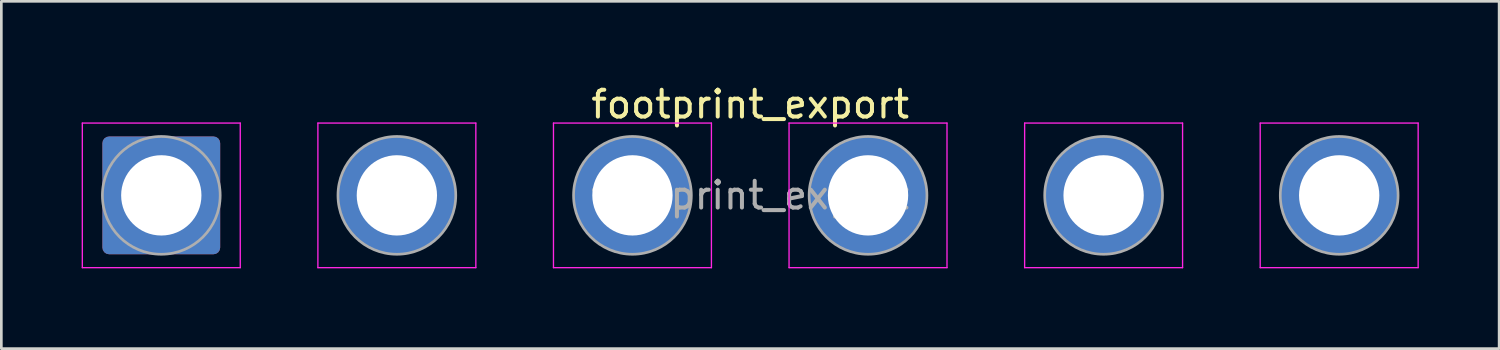
<source format=kicad_pcb>
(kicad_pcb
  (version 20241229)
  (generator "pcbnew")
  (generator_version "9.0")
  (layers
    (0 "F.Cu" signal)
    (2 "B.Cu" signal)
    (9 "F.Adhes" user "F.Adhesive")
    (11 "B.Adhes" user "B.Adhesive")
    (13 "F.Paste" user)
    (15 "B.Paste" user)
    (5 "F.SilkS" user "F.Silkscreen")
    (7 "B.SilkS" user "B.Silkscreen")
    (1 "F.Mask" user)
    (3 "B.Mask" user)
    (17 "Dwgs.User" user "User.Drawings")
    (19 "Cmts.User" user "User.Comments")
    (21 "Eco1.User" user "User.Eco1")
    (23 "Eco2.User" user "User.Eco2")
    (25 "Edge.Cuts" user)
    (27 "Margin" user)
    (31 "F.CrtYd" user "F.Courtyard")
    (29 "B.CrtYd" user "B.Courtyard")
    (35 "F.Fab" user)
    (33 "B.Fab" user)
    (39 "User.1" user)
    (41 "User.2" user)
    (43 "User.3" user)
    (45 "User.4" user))
  (footprint "footprint_export"
    (layer "F.Cu")
    (at 2.975 4.248)
    (property "Reference" "footprint_export" (at 22 -3.4 0) (layer "F.SilkS") (effects (font (size 1 1) (thickness 0.15))))
    (attr exclude_from_pos_files exclude_from_bom)
    (fp_line (start -2.95 -2.7) (end -2.95 2.7) (stroke (width 0.05) (type solid)) (layer "F.CrtYd"))
    (fp_line (start -2.95 2.7) (end 2.95 2.7) (stroke (width 0.05) (type solid)) (layer "F.CrtYd"))
    (fp_line (start 2.95 -2.7) (end -2.95 -2.7) (stroke (width 0.05) (type solid)) (layer "F.CrtYd"))
    (fp_line (start 2.95 2.7) (end 2.95 -2.7) (stroke (width 0.05) (type solid)) (layer "F.CrtYd"))
    (fp_line (start 5.85 -2.7) (end 5.85 2.7) (stroke (width 0.05) (type solid)) (layer "F.CrtYd"))
    (fp_line (start 5.85 2.7) (end 11.75 2.7) (stroke (width 0.05) (type solid)) (layer "F.CrtYd"))
    (fp_line (start 11.75 -2.7) (end 5.85 -2.7) (stroke (width 0.05) (type solid)) (layer "F.CrtYd"))
    (fp_line (start 11.75 2.7) (end 11.75 -2.7) (stroke (width 0.05) (type solid)) (layer "F.CrtYd"))
    (fp_line (start 14.65 -2.7) (end 14.65 2.7) (stroke (width 0.05) (type solid)) (layer "F.CrtYd"))
    (fp_line (start 14.65 2.7) (end 20.55 2.7) (stroke (width 0.05) (type solid)) (layer "F.CrtYd"))
    (fp_line (start 20.55 -2.7) (end 14.65 -2.7) (stroke (width 0.05) (type solid)) (layer "F.CrtYd"))
    (fp_line (start 20.55 2.7) (end 20.55 -2.7) (stroke (width 0.05) (type solid)) (layer "F.CrtYd"))
    (fp_line (start 23.45 -2.7) (end 23.45 2.7) (stroke (width 0.05) (type solid)) (layer "F.CrtYd"))
    (fp_line (start 23.45 2.7) (end 29.35 2.7) (stroke (width 0.05) (type solid)) (layer "F.CrtYd"))
    (fp_line (start 29.35 -2.7) (end 23.45 -2.7) (stroke (width 0.05) (type solid)) (layer "F.CrtYd"))
    (fp_line (start 29.35 2.7) (end 29.35 -2.7) (stroke (width 0.05) (type solid)) (layer "F.CrtYd"))
    (fp_line (start 32.25 -2.7) (end 32.25 2.7) (stroke (width 0.05) (type solid)) (layer "F.CrtYd"))
    (fp_line (start 32.25 2.7) (end 38.15 2.7) (stroke (width 0.05) (type solid)) (layer "F.CrtYd"))
    (fp_line (start 38.15 -2.7) (end 32.25 -2.7) (stroke (width 0.05) (type solid)) (layer "F.CrtYd"))
    (fp_line (start 38.15 2.7) (end 38.15 -2.7) (stroke (width 0.05) (type solid)) (layer "F.CrtYd"))
    (fp_line (start 41.05 -2.7) (end 41.05 2.7) (stroke (width 0.05) (type solid)) (layer "F.CrtYd"))
    (fp_line (start 41.05 2.7) (end 46.95 2.7) (stroke (width 0.05) (type solid)) (layer "F.CrtYd"))
    (fp_line (start 46.95 -2.7) (end 41.05 -2.7) (stroke (width 0.05) (type solid)) (layer "F.CrtYd"))
    (fp_line (start 46.95 2.7) (end 46.95 -2.7) (stroke (width 0.05) (type solid)) (layer "F.CrtYd"))
    (fp_circle (center 0 0) (end 2.2 0) (stroke (width 0.1) (type solid)) (fill no) (layer "F.Fab"))
    (fp_circle (center 8.8 0) (end 11 0) (stroke (width 0.1) (type solid)) (fill no) (layer "F.Fab"))
    (fp_circle (center 17.6 0) (end 19.8 0) (stroke (width 0.1) (type solid)) (fill no) (layer "F.Fab"))
    (fp_circle (center 26.4 0) (end 28.6 0) (stroke (width 0.1) (type solid)) (fill no) (layer "F.Fab"))
    (fp_circle (center 35.2 0) (end 37.4 0) (stroke (width 0.1) (type solid)) (fill no) (layer "F.Fab"))
    (fp_circle (center 44 0) (end 46.2 0) (stroke (width 0.1) (type solid)) (fill no) (layer "F.Fab"))
    (fp_text user "${REFERENCE}" (at 22 0 0) (layer "F.Fab") (effects (font (size 1 1) (thickness 0.15))))
    (pad "1" thru_hole roundrect (at 0 0) (size 4.4 4.4) (drill 3) (layers "*.Cu" "*.Mask") (roundrect_rratio 0.057))
    (pad "2" thru_hole circle (at 8.8 0) (size 4.4 4.4) (drill 3) (layers "*.Cu" "*.Mask"))
    (pad "3" thru_hole circle (at 17.6 0) (size 4.4 4.4) (drill 3) (layers "*.Cu" "*.Mask"))
    (pad "4" thru_hole circle (at 26.4 0) (size 4.4 4.4) (drill 3) (layers "*.Cu" "*.Mask"))
    (pad "5" thru_hole circle (at 35.2 0) (size 4.4 4.4) (drill 3) (layers "*.Cu" "*.Mask"))
    (pad "6" thru_hole circle (at 44 0) (size 4.4 4.4) (drill 3) (layers "*.Cu" "*.Mask")))
  (gr_rect
    (start -3 -3)
    (end 52.95 9.973)
    (stroke (width 0.1) (type default))
    (fill no)
    (layer "Edge.Cuts")))
</source>
